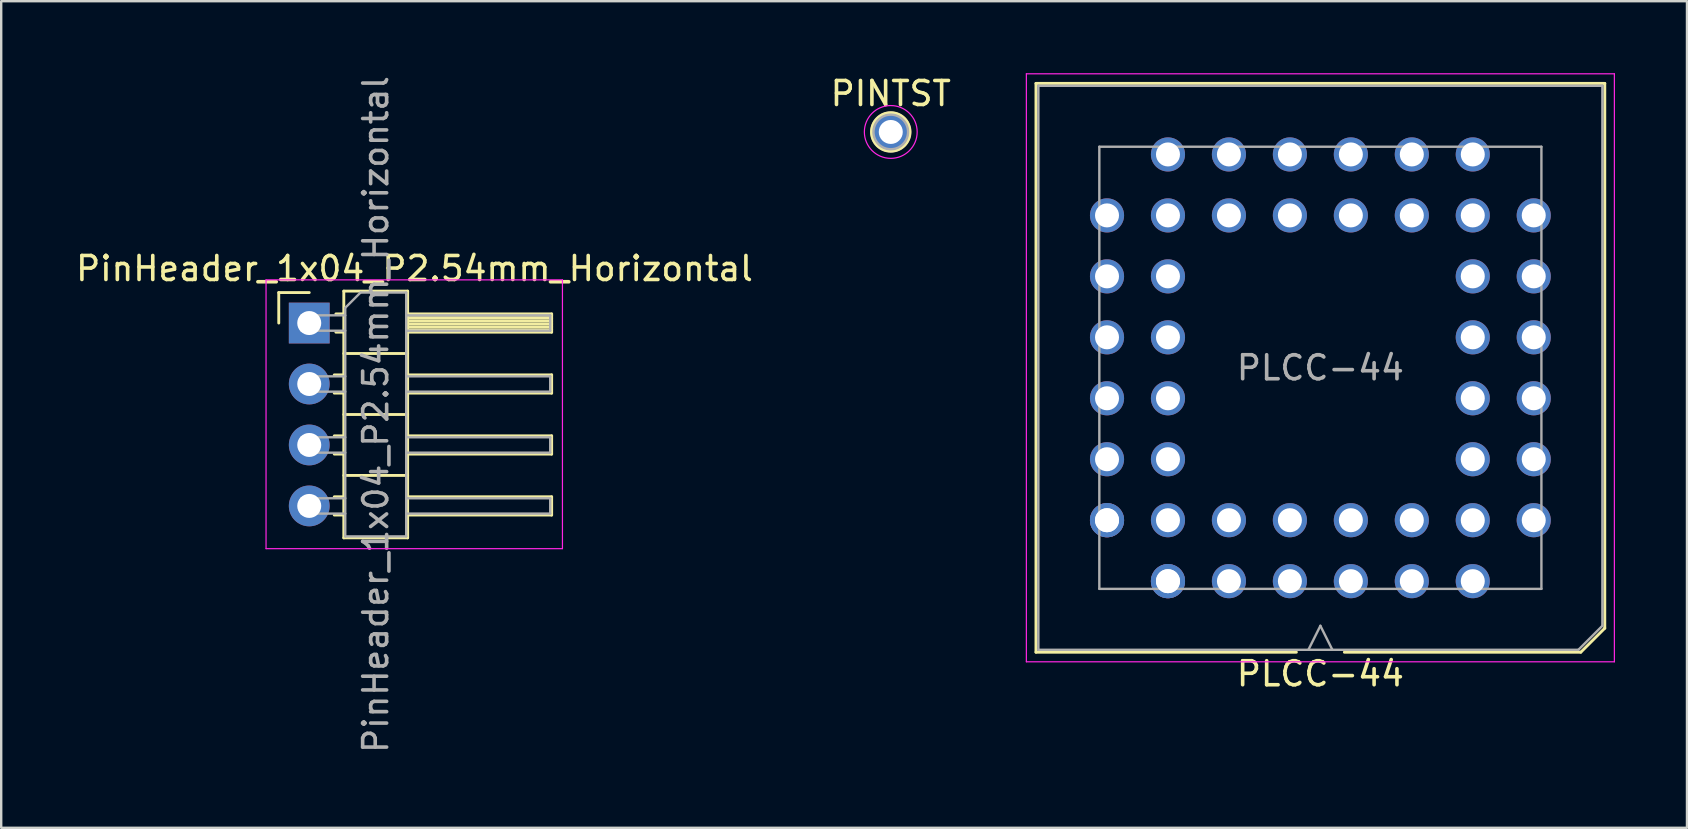
<source format=kicad_pcb>
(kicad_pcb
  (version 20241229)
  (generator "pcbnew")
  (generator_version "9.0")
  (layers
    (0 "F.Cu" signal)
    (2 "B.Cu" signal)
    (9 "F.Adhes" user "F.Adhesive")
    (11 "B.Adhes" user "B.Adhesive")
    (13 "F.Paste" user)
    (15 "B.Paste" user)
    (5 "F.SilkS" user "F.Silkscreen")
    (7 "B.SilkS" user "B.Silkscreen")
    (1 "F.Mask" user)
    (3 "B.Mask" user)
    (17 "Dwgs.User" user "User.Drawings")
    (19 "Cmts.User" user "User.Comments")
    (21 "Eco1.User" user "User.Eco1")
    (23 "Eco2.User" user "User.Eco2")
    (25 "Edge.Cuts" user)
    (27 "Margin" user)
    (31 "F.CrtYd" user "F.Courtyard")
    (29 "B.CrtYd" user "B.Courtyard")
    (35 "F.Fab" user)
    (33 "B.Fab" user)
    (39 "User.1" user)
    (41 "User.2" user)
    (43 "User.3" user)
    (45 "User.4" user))
  (footprint "PLCC-44"
    (layer "F.Cu")
    (at 51.965 12.275)
    (property "Reference" "PLCC-44" (at 0 12.75 180) (layer "F.SilkS") (effects (font (size 1 1) (thickness 0.15))))
    (attr through_hole)
    (fp_line (start -11.85 -11.85) (end -11.85 11.85) (stroke (width 0.12) (type solid)) (layer "F.SilkS"))
    (fp_line (start -11.85 11.85) (end -1 11.85) (stroke (width 0.12) (type solid)) (layer "F.SilkS"))
    (fp_line (start 1 11.85) (end 10.85 11.85) (stroke (width 0.12) (type solid)) (layer "F.SilkS"))
    (fp_line (start 10.85 11.85) (end 11.85 10.85) (stroke (width 0.12) (type solid)) (layer "F.SilkS"))
    (fp_line (start 11.85 -11.85) (end -11.85 -11.85) (stroke (width 0.12) (type solid)) (layer "F.SilkS"))
    (fp_line (start 11.85 10.85) (end 11.85 -11.85) (stroke (width 0.12) (type solid)) (layer "F.SilkS"))
    (fp_line (start -12.25 -12.25) (end -12.25 12.25) (stroke (width 0.05) (type solid)) (layer "F.CrtYd"))
    (fp_line (start -12.25 12.25) (end 12.25 12.25) (stroke (width 0.05) (type solid)) (layer "F.CrtYd"))
    (fp_line (start 12.25 -12.25) (end -12.25 -12.25) (stroke (width 0.05) (type solid)) (layer "F.CrtYd"))
    (fp_line (start 12.25 12.25) (end 12.25 -12.25) (stroke (width 0.05) (type solid)) (layer "F.CrtYd"))
    (fp_line (start -11.75 -11.75) (end -11.75 11.75) (stroke (width 0.1) (type solid)) (layer "F.Fab"))
    (fp_line (start -11.75 11.75) (end 10.75 11.75) (stroke (width 0.1) (type solid)) (layer "F.Fab"))
    (fp_line (start -9.21 -9.21) (end -9.21 9.21) (stroke (width 0.1) (type solid)) (layer "F.Fab"))
    (fp_line (start -9.21 9.21) (end 9.21 9.21) (stroke (width 0.1) (type solid)) (layer "F.Fab"))
    (fp_line (start 0 10.75) (end -0.5 11.75) (stroke (width 0.1) (type solid)) (layer "F.Fab"))
    (fp_line (start 0.5 11.75) (end 0 10.75) (stroke (width 0.1) (type solid)) (layer "F.Fab"))
    (fp_line (start 9.21 -9.21) (end -9.21 -9.21) (stroke (width 0.1) (type solid)) (layer "F.Fab"))
    (fp_line (start 9.21 9.21) (end 9.21 -9.21) (stroke (width 0.1) (type solid)) (layer "F.Fab"))
    (fp_line (start 10.75 11.75) (end 11.75 10.75) (stroke (width 0.1) (type solid)) (layer "F.Fab"))
    (fp_line (start 11.75 -11.75) (end -11.75 -11.75) (stroke (width 0.1) (type solid)) (layer "F.Fab"))
    (fp_line (start 11.75 10.75) (end 11.75 -11.75) (stroke (width 0.1) (type solid)) (layer "F.Fab"))
    (fp_text user "${REFERENCE}" (at 0 0 180) (layer "F.Fab") (effects (font (size 1 1) (thickness 0.15))))
    (pad "1" thru_hole circle (at -1.27 6.35 180) (size 1.422 1.422) (drill 1) (layers "*.Cu" "*.Mask"))
    (pad "2" thru_hole circle (at 1.27 8.89 180) (size 1.422 1.422) (drill 1) (layers "*.Cu" "*.Mask"))
    (pad "3" thru_hole circle (at 1.27 6.35 180) (size 1.422 1.422) (drill 1) (layers "*.Cu" "*.Mask"))
    (pad "4" thru_hole circle (at 3.81 8.89 180) (size 1.422 1.422) (drill 1) (layers "*.Cu" "*.Mask"))
    (pad "5" thru_hole circle (at 3.81 6.35 180) (size 1.422 1.422) (drill 1) (layers "*.Cu" "*.Mask"))
    (pad "6" thru_hole circle (at 6.35 8.89 180) (size 1.422 1.422) (drill 1) (layers "*.Cu" "*.Mask"))
    (pad "7" thru_hole circle (at 8.89 6.35 180) (size 1.422 1.422) (drill 1) (layers "*.Cu" "*.Mask"))
    (pad "8" thru_hole circle (at 6.35 6.35 180) (size 1.422 1.422) (drill 1) (layers "*.Cu" "*.Mask"))
    (pad "9" thru_hole circle (at 8.89 3.81 180) (size 1.422 1.422) (drill 1) (layers "*.Cu" "*.Mask"))
    (pad "10" thru_hole circle (at 6.35 3.81 180) (size 1.422 1.422) (drill 1) (layers "*.Cu" "*.Mask"))
    (pad "11" thru_hole circle (at 8.89 1.27 180) (size 1.422 1.422) (drill 1) (layers "*.Cu" "*.Mask"))
    (pad "12" thru_hole circle (at 6.35 1.27 180) (size 1.422 1.422) (drill 1) (layers "*.Cu" "*.Mask"))
    (pad "13" thru_hole circle (at 8.89 -1.27 180) (size 1.422 1.422) (drill 1) (layers "*.Cu" "*.Mask"))
    (pad "14" thru_hole circle (at 6.35 -1.27 180) (size 1.422 1.422) (drill 1) (layers "*.Cu" "*.Mask"))
    (pad "15" thru_hole circle (at 8.89 -3.81 180) (size 1.422 1.422) (drill 1) (layers "*.Cu" "*.Mask"))
    (pad "16" thru_hole circle (at 6.35 -3.81 180) (size 1.422 1.422) (drill 1) (layers "*.Cu" "*.Mask"))
    (pad "17" thru_hole circle (at 8.89 -6.35 180) (size 1.422 1.422) (drill 1) (layers "*.Cu" "*.Mask"))
    (pad "18" thru_hole circle (at 6.35 -8.89 180) (size 1.422 1.422) (drill 1) (layers "*.Cu" "*.Mask"))
    (pad "19" thru_hole circle (at 6.35 -6.35 180) (size 1.422 1.422) (drill 1) (layers "*.Cu" "*.Mask"))
    (pad "20" thru_hole circle (at 3.81 -8.89 180) (size 1.422 1.422) (drill 1) (layers "*.Cu" "*.Mask"))
    (pad "21" thru_hole circle (at 3.81 -6.35 180) (size 1.422 1.422) (drill 1) (layers "*.Cu" "*.Mask"))
    (pad "22" thru_hole circle (at 1.27 -8.89 180) (size 1.422 1.422) (drill 1) (layers "*.Cu" "*.Mask"))
    (pad "23" thru_hole circle (at 1.27 -6.35 180) (size 1.422 1.422) (drill 1) (layers "*.Cu" "*.Mask"))
    (pad "24" thru_hole circle (at -1.27 -8.89 180) (size 1.422 1.422) (drill 1) (layers "*.Cu" "*.Mask"))
    (pad "25" thru_hole circle (at -1.27 -6.35 180) (size 1.422 1.422) (drill 1) (layers "*.Cu" "*.Mask"))
    (pad "26" thru_hole circle (at -3.81 -8.89 180) (size 1.422 1.422) (drill 1) (layers "*.Cu" "*.Mask"))
    (pad "27" thru_hole circle (at -3.81 -6.35 180) (size 1.422 1.422) (drill 1) (layers "*.Cu" "*.Mask"))
    (pad "28" thru_hole circle (at -6.35 -8.89 180) (size 1.422 1.422) (drill 1) (layers "*.Cu" "*.Mask"))
    (pad "29" thru_hole circle (at -8.89 -6.35 180) (size 1.422 1.422) (drill 1) (layers "*.Cu" "*.Mask"))
    (pad "30" thru_hole circle (at -6.35 -6.35 180) (size 1.422 1.422) (drill 1) (layers "*.Cu" "*.Mask"))
    (pad "31" thru_hole circle (at -8.89 -3.81 180) (size 1.422 1.422) (drill 1) (layers "*.Cu" "*.Mask"))
    (pad "32" thru_hole circle (at -6.35 -3.81 180) (size 1.422 1.422) (drill 1) (layers "*.Cu" "*.Mask"))
    (pad "33" thru_hole circle (at -8.89 -1.27 180) (size 1.422 1.422) (drill 1) (layers "*.Cu" "*.Mask"))
    (pad "34" thru_hole circle (at -6.35 -1.27 180) (size 1.422 1.422) (drill 1) (layers "*.Cu" "*.Mask"))
    (pad "35" thru_hole circle (at -8.89 1.27 180) (size 1.422 1.422) (drill 1) (layers "*.Cu" "*.Mask"))
    (pad "36" thru_hole circle (at -6.35 1.27 180) (size 1.422 1.422) (drill 1) (layers "*.Cu" "*.Mask"))
    (pad "37" thru_hole circle (at -8.89 3.81 180) (size 1.422 1.422) (drill 1) (layers "*.Cu" "*.Mask"))
    (pad "38" thru_hole circle (at -6.35 3.81 180) (size 1.422 1.422) (drill 1) (layers "*.Cu" "*.Mask"))
    (pad "39" thru_hole circle (at -8.89 6.35 180) (size 1.422 1.422) (drill 1) (layers "*.Cu" "*.Mask"))
    (pad "39" thru_hole circle (at -8.89 6.35 180) (size 1.422 1.422) (drill 1) (layers "*.Cu" "*.Mask"))
    (pad "40" thru_hole circle (at -6.35 8.89 180) (size 1.422 1.422) (drill 1) (layers "*.Cu" "*.Mask"))
    (pad "40" thru_hole circle (at -6.35 8.89 180) (size 1.422 1.422) (drill 1) (layers "*.Cu" "*.Mask"))
    (pad "41" thru_hole circle (at -6.35 6.35 180) (size 1.422 1.422) (drill 1) (layers "*.Cu" "*.Mask"))
    (pad "42" thru_hole circle (at -3.81 8.89 180) (size 1.422 1.422) (drill 1) (layers "*.Cu" "*.Mask"))
    (pad "43" thru_hole circle (at -3.81 6.35 180) (size 1.422 1.422) (drill 1) (layers "*.Cu" "*.Mask"))
    (pad "44" thru_hole circle (at -1.27 8.89 180) (size 1.422 1.422) (drill 1) (layers "*.Cu" "*.Mask")))
  (footprint "PinHeader_1x04_P2.54mm_Horizontal"
    (layer "F.Cu")
    (at 9.835 10.41)
    (property "Reference" "PinHeader_1x04_P2.54mm_Horizontal" (at 4.385 -2.27 0) (layer "F.SilkS") (effects (font (size 1 1) (thickness 0.15))))
    (attr through_hole)
    (fp_line (start -1.27 -1.27) (end 0 -1.27) (stroke (width 0.12) (type solid)) (layer "F.SilkS"))
    (fp_line (start -1.27 0) (end -1.27 -1.27) (stroke (width 0.12) (type solid)) (layer "F.SilkS"))
    (fp_line (start 1.043 2.16) (end 1.44 2.16) (stroke (width 0.12) (type solid)) (layer "F.SilkS"))
    (fp_line (start 1.043 2.92) (end 1.44 2.92) (stroke (width 0.12) (type solid)) (layer "F.SilkS"))
    (fp_line (start 1.043 4.7) (end 1.44 4.7) (stroke (width 0.12) (type solid)) (layer "F.SilkS"))
    (fp_line (start 1.043 5.46) (end 1.44 5.46) (stroke (width 0.12) (type solid)) (layer "F.SilkS"))
    (fp_line (start 1.043 7.24) (end 1.44 7.24) (stroke (width 0.12) (type solid)) (layer "F.SilkS"))
    (fp_line (start 1.043 8) (end 1.44 8) (stroke (width 0.12) (type solid)) (layer "F.SilkS"))
    (fp_line (start 1.11 -0.38) (end 1.44 -0.38) (stroke (width 0.12) (type solid)) (layer "F.SilkS"))
    (fp_line (start 1.11 0.38) (end 1.44 0.38) (stroke (width 0.12) (type solid)) (layer "F.SilkS"))
    (fp_line (start 1.44 -1.33) (end 1.44 8.95) (stroke (width 0.12) (type solid)) (layer "F.SilkS"))
    (fp_line (start 1.44 1.27) (end 4.1 1.27) (stroke (width 0.12) (type solid)) (layer "F.SilkS"))
    (fp_line (start 1.44 3.81) (end 4.1 3.81) (stroke (width 0.12) (type solid)) (layer "F.SilkS"))
    (fp_line (start 1.44 6.35) (end 4.1 6.35) (stroke (width 0.12) (type solid)) (layer "F.SilkS"))
    (fp_line (start 1.44 8.95) (end 4.1 8.95) (stroke (width 0.12) (type solid)) (layer "F.SilkS"))
    (fp_line (start 4.1 -1.33) (end 1.44 -1.33) (stroke (width 0.12) (type solid)) (layer "F.SilkS"))
    (fp_line (start 4.1 -0.38) (end 10.1 -0.38) (stroke (width 0.12) (type solid)) (layer "F.SilkS"))
    (fp_line (start 4.1 -0.32) (end 10.1 -0.32) (stroke (width 0.12) (type solid)) (layer "F.SilkS"))
    (fp_line (start 4.1 -0.2) (end 10.1 -0.2) (stroke (width 0.12) (type solid)) (layer "F.SilkS"))
    (fp_line (start 4.1 -0.08) (end 10.1 -0.08) (stroke (width 0.12) (type solid)) (layer "F.SilkS"))
    (fp_line (start 4.1 0.04) (end 10.1 0.04) (stroke (width 0.12) (type solid)) (layer "F.SilkS"))
    (fp_line (start 4.1 0.16) (end 10.1 0.16) (stroke (width 0.12) (type solid)) (layer "F.SilkS"))
    (fp_line (start 4.1 0.28) (end 10.1 0.28) (stroke (width 0.12) (type solid)) (layer "F.SilkS"))
    (fp_line (start 4.1 2.16) (end 10.1 2.16) (stroke (width 0.12) (type solid)) (layer "F.SilkS"))
    (fp_line (start 4.1 4.7) (end 10.1 4.7) (stroke (width 0.12) (type solid)) (layer "F.SilkS"))
    (fp_line (start 4.1 7.24) (end 10.1 7.24) (stroke (width 0.12) (type solid)) (layer "F.SilkS"))
    (fp_line (start 4.1 8.95) (end 4.1 -1.33) (stroke (width 0.12) (type solid)) (layer "F.SilkS"))
    (fp_line (start 10.1 -0.38) (end 10.1 0.38) (stroke (width 0.12) (type solid)) (layer "F.SilkS"))
    (fp_line (start 10.1 0.38) (end 4.1 0.38) (stroke (width 0.12) (type solid)) (layer "F.SilkS"))
    (fp_line (start 10.1 2.16) (end 10.1 2.92) (stroke (width 0.12) (type solid)) (layer "F.SilkS"))
    (fp_line (start 10.1 2.92) (end 4.1 2.92) (stroke (width 0.12) (type solid)) (layer "F.SilkS"))
    (fp_line (start 10.1 4.7) (end 10.1 5.46) (stroke (width 0.12) (type solid)) (layer "F.SilkS"))
    (fp_line (start 10.1 5.46) (end 4.1 5.46) (stroke (width 0.12) (type solid)) (layer "F.SilkS"))
    (fp_line (start 10.1 7.24) (end 10.1 8) (stroke (width 0.12) (type solid)) (layer "F.SilkS"))
    (fp_line (start 10.1 8) (end 4.1 8) (stroke (width 0.12) (type solid)) (layer "F.SilkS"))
    (fp_line (start -1.8 -1.8) (end -1.8 9.4) (stroke (width 0.05) (type solid)) (layer "F.CrtYd"))
    (fp_line (start -1.8 9.4) (end 10.55 9.4) (stroke (width 0.05) (type solid)) (layer "F.CrtYd"))
    (fp_line (start 10.55 -1.8) (end -1.8 -1.8) (stroke (width 0.05) (type solid)) (layer "F.CrtYd"))
    (fp_line (start 10.55 9.4) (end 10.55 -1.8) (stroke (width 0.05) (type solid)) (layer "F.CrtYd"))
    (fp_line (start -0.32 -0.32) (end -0.32 0.32) (stroke (width 0.1) (type solid)) (layer "F.Fab"))
    (fp_line (start -0.32 -0.32) (end 1.5 -0.32) (stroke (width 0.1) (type solid)) (layer "F.Fab"))
    (fp_line (start -0.32 0.32) (end 1.5 0.32) (stroke (width 0.1) (type solid)) (layer "F.Fab"))
    (fp_line (start -0.32 2.22) (end -0.32 2.86) (stroke (width 0.1) (type solid)) (layer "F.Fab"))
    (fp_line (start -0.32 2.22) (end 1.5 2.22) (stroke (width 0.1) (type solid)) (layer "F.Fab"))
    (fp_line (start -0.32 2.86) (end 1.5 2.86) (stroke (width 0.1) (type solid)) (layer "F.Fab"))
    (fp_line (start -0.32 4.76) (end -0.32 5.4) (stroke (width 0.1) (type solid)) (layer "F.Fab"))
    (fp_line (start -0.32 4.76) (end 1.5 4.76) (stroke (width 0.1) (type solid)) (layer "F.Fab"))
    (fp_line (start -0.32 5.4) (end 1.5 5.4) (stroke (width 0.1) (type solid)) (layer "F.Fab"))
    (fp_line (start -0.32 7.3) (end -0.32 7.94) (stroke (width 0.1) (type solid)) (layer "F.Fab"))
    (fp_line (start -0.32 7.3) (end 1.5 7.3) (stroke (width 0.1) (type solid)) (layer "F.Fab"))
    (fp_line (start -0.32 7.94) (end 1.5 7.94) (stroke (width 0.1) (type solid)) (layer "F.Fab"))
    (fp_line (start 1.5 -0.635) (end 2.135 -1.27) (stroke (width 0.1) (type solid)) (layer "F.Fab"))
    (fp_line (start 1.5 8.89) (end 1.5 -0.635) (stroke (width 0.1) (type solid)) (layer "F.Fab"))
    (fp_line (start 2.135 -1.27) (end 4.04 -1.27) (stroke (width 0.1) (type solid)) (layer "F.Fab"))
    (fp_line (start 4.04 -1.27) (end 4.04 8.89) (stroke (width 0.1) (type solid)) (layer "F.Fab"))
    (fp_line (start 4.04 -0.32) (end 10.04 -0.32) (stroke (width 0.1) (type solid)) (layer "F.Fab"))
    (fp_line (start 4.04 0.32) (end 10.04 0.32) (stroke (width 0.1) (type solid)) (layer "F.Fab"))
    (fp_line (start 4.04 2.22) (end 10.04 2.22) (stroke (width 0.1) (type solid)) (layer "F.Fab"))
    (fp_line (start 4.04 2.86) (end 10.04 2.86) (stroke (width 0.1) (type solid)) (layer "F.Fab"))
    (fp_line (start 4.04 4.76) (end 10.04 4.76) (stroke (width 0.1) (type solid)) (layer "F.Fab"))
    (fp_line (start 4.04 5.4) (end 10.04 5.4) (stroke (width 0.1) (type solid)) (layer "F.Fab"))
    (fp_line (start 4.04 7.3) (end 10.04 7.3) (stroke (width 0.1) (type solid)) (layer "F.Fab"))
    (fp_line (start 4.04 7.94) (end 10.04 7.94) (stroke (width 0.1) (type solid)) (layer "F.Fab"))
    (fp_line (start 4.04 8.89) (end 1.5 8.89) (stroke (width 0.1) (type solid)) (layer "F.Fab"))
    (fp_line (start 10.04 -0.32) (end 10.04 0.32) (stroke (width 0.1) (type solid)) (layer "F.Fab"))
    (fp_line (start 10.04 2.22) (end 10.04 2.86) (stroke (width 0.1) (type solid)) (layer "F.Fab"))
    (fp_line (start 10.04 4.76) (end 10.04 5.4) (stroke (width 0.1) (type solid)) (layer "F.Fab"))
    (fp_line (start 10.04 7.3) (end 10.04 7.94) (stroke (width 0.1) (type solid)) (layer "F.Fab"))
    (fp_text user "${REFERENCE}" (at 2.77 3.81 90) (layer "F.Fab") (effects (font (size 1 1) (thickness 0.15))))
    (pad "1" thru_hole rect (at 0 0) (size 1.7 1.7) (drill 1) (layers "*.Cu" "*.Mask"))
    (pad "2" thru_hole oval (at 0 2.54) (size 1.7 1.7) (drill 1) (layers "*.Cu" "*.Mask"))
    (pad "3" thru_hole oval (at 0 5.08) (size 1.7 1.7) (drill 1) (layers "*.Cu" "*.Mask"))
    (pad "4" thru_hole oval (at 0 7.62) (size 1.7 1.7) (drill 1) (layers "*.Cu" "*.Mask")))
  (footprint "PINTST"
    (layer "F.Cu")
    (at 34.065 2.448)
    (property "Reference" "PINTST" (at 0 -1.6 0) (layer "F.SilkS") (effects (font (size 1 1) (thickness 0.15))))
    (attr through_hole)
    (fp_circle (center 0 0) (end -0.254 -0.762) (stroke (width 0.12) (type solid)) (fill no) (layer "F.SilkS"))
    (fp_circle (center 0 0) (end 1.1 0) (stroke (width 0.05) (type solid)) (fill no) (layer "F.CrtYd"))
    (fp_circle (center 0 0) (end 0.4 0.6) (stroke (width 0.1) (type solid)) (fill no) (layer "F.Fab"))
    (pad "1" thru_hole circle (at 0 0) (size 1.7 1.7) (drill 1) (layers "*.Cu" "*.Mask")))
  (gr_rect
    (start -3 -3)
    (end 67.24 31.44)
    (stroke (width 0.1) (type default))
    (fill no)
    (layer "Edge.Cuts")))
</source>
